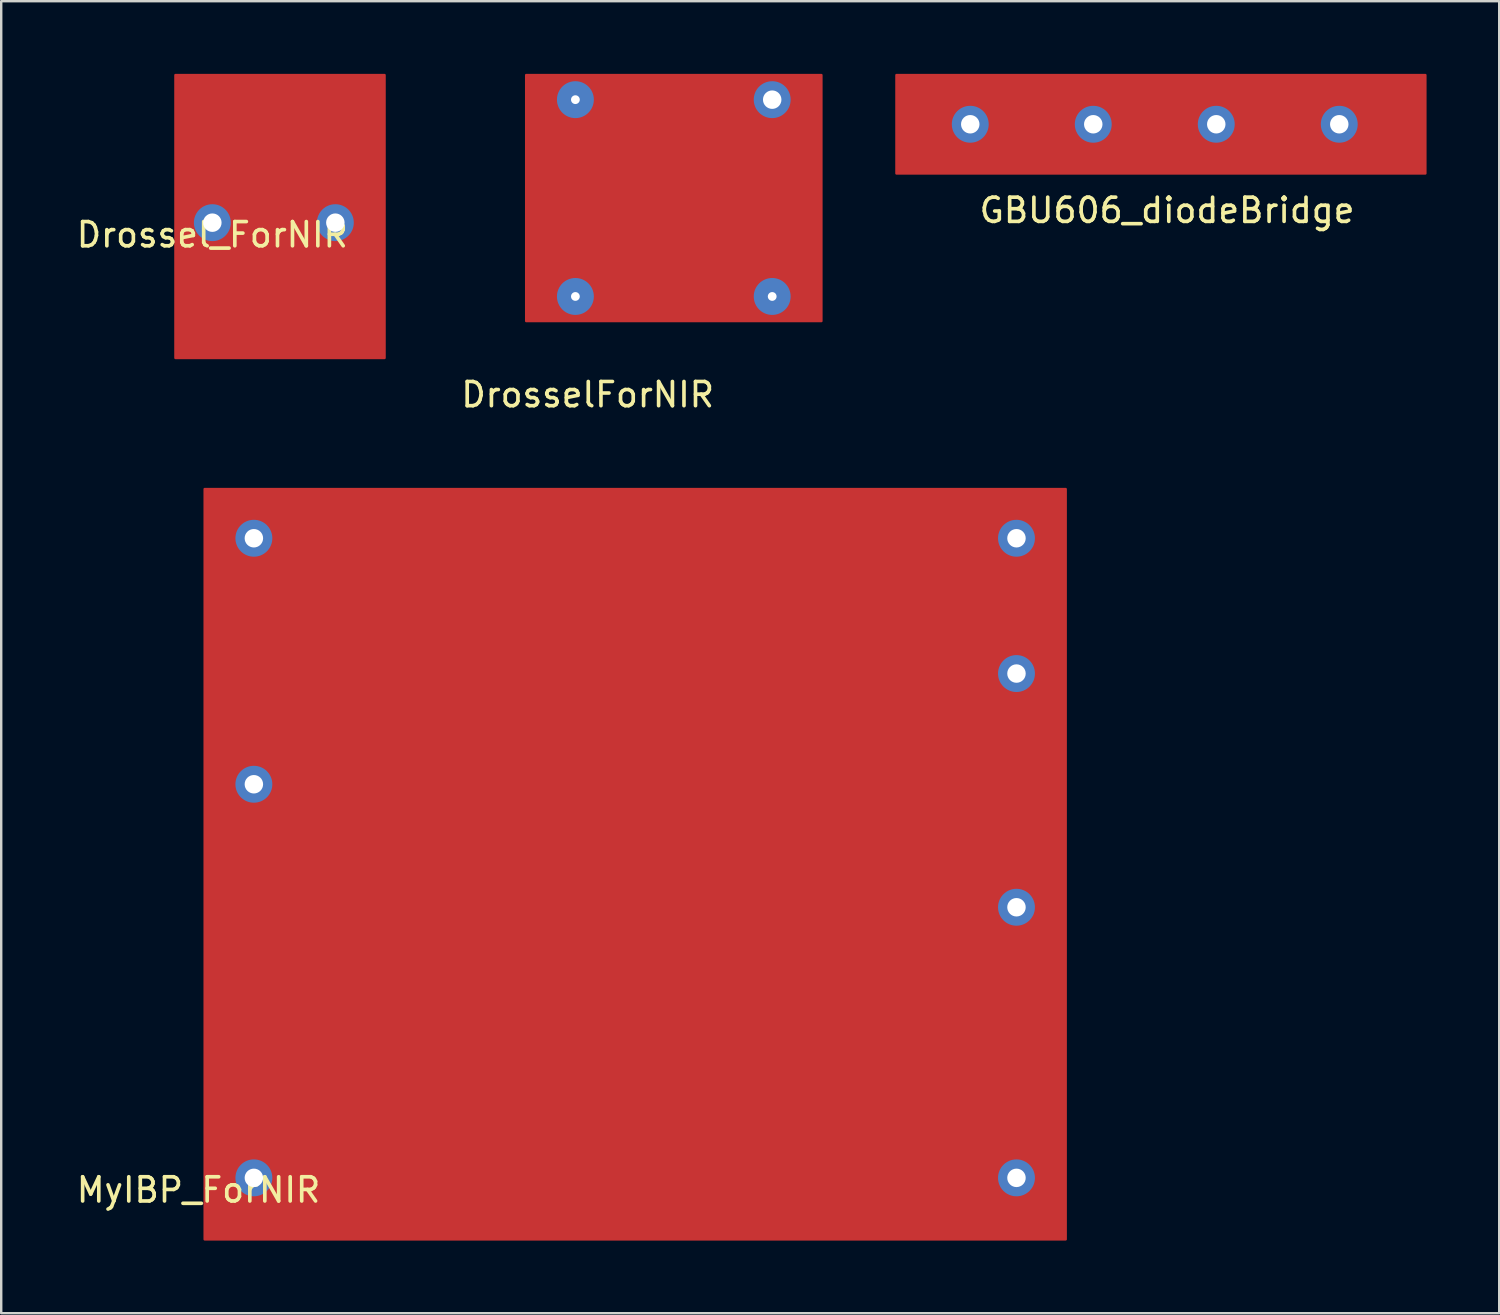
<source format=kicad_pcb>
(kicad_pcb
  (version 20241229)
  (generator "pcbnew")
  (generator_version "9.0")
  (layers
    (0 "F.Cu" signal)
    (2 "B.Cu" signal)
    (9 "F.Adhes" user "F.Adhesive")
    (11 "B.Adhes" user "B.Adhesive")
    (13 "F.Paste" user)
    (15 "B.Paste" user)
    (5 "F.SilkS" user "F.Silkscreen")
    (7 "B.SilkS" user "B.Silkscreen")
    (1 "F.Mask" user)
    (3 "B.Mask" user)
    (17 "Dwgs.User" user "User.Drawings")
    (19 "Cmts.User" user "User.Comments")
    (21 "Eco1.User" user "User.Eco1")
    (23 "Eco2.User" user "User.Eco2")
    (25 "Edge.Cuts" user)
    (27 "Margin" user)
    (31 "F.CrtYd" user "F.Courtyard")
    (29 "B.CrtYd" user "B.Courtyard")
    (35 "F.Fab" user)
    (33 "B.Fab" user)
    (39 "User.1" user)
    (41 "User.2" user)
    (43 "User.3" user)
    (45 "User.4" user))
  (footprint "MyIBP_ForNIR"
    (layer "F.Cu")
    (at 5.149 45.596)
    (property "Reference" "MyIBP_ForNIR" (at 0 0.5 0) (layer "F.SilkS") (effects (font (size 1 1) (thickness 0.15))))
    (attr through_hole)
    (fp_poly (pts (xy 35.814 2.54) (xy 0.254 2.54) (xy 0.254 -28.448) (xy 35.814 -28.448)) (stroke (width 0.1) (type solid)) (fill yes) (layer "F.Cu"))
    (fp_text user "U_out" (at 4.826 -10.16 270) (layer "F.Cu") (effects (font (size 1.5 1.5) (thickness 0.3))))
    (fp_text user "U_in_pwr" (at 31.242 -5.588 90) (layer "F.Cu") (effects (font (size 1.5 1.5) (thickness 0.3))))
    (fp_text user "U_pit" (at 31.242 -23.876 90) (layer "F.Cu") (effects (font (size 1.5 1.5) (thickness 0.3))))
    (pad "1" thru_hole circle (at 2.286 0) (size 1.524 1.524) (drill 0.762) (layers "*.Cu" "*.Mask"))
    (pad "2" thru_hole circle (at 2.286 -16.256) (size 1.524 1.524) (drill 0.762) (layers "*.Cu" "*.Mask"))
    (pad "3" thru_hole circle (at 2.286 -26.416) (size 1.524 1.524) (drill 0.762) (layers "*.Cu" "*.Mask"))
    (pad "4" thru_hole circle (at 33.782 0) (size 1.524 1.524) (drill 0.762) (layers "*.Cu" "*.Mask"))
    (pad "5" thru_hole circle (at 33.782 -11.176) (size 1.524 1.524) (drill 0.762) (layers "*.Cu" "*.Mask"))
    (pad "6" thru_hole circle (at 33.782 -20.828) (size 1.524 1.524) (drill 0.762) (layers "*.Cu" "*.Mask"))
    (pad "7" thru_hole circle (at 33.782 -26.416) (size 1.524 1.524) (drill 0.762) (layers "*.Cu" "*.Mask")))
  (footprint "GBU606_diodeBridge"
    (layer "F.Cu")
    (at 35.498 3.606)
    (property "Reference" "GBU606_diodeBridge" (at 9.652 2.032 0) (layer "F.SilkS") (effects (font (size 1 1) (thickness 0.15))))
    (attr through_hole)
    (fp_poly (pts (xy 20.32 0.508) (xy -1.524 0.508) (xy -1.524 -3.556) (xy 20.32 -3.556)) (stroke (width 0.1) (type solid)) (fill yes) (layer "F.Cu"))
    (pad "1" thru_hole circle (at 1.524 -1.524) (size 1.524 1.524) (drill 0.762) (layers "*.Cu" "*.Mask"))
    (pad "2" thru_hole circle (at 6.604 -1.524) (size 1.524 1.524) (drill 0.762) (layers "*.Cu" "*.Mask"))
    (pad "3" thru_hole circle (at 11.684 -1.524) (size 1.524 1.524) (drill 0.762) (layers "*.Cu" "*.Mask"))
    (pad "4" thru_hole circle (at 16.764 -1.524) (size 1.524 1.524) (drill 0.762) (layers "*.Cu" "*.Mask")))
  (footprint "DrosselForNIR"
    (layer "F.Cu")
    (at 20.714 9.194)
    (property "Reference" "DrosselForNIR" (at 0.508 4.056 180) (layer "F.SilkS") (effects (font (size 1 1) (thickness 0.15))))
    (attr through_hole)
    (fp_poly (pts (xy 10.16 -9.144) (xy 10.16 1.016) (xy -2.032 1.016) (xy -2.032 -9.144)) (stroke (width 0.1) (type solid)) (fill yes) (layer "F.Cu"))
    (pad "1" thru_hole circle (at 0 0) (size 1.524 1.524) (drill 0.362) (layers "*.Cu" "*.Mask"))
    (pad "2" thru_hole circle (at 8.128 -8.128) (size 1.524 1.524) (drill 0.762) (layers "*.Cu" "*.Mask"))
    (pad "3" thru_hole circle (at 0 -8.128) (size 1.524 1.524) (drill 0.362) (layers "*.Cu" "*.Mask"))
    (pad "4" thru_hole circle (at 8.128 0) (size 1.524 1.524) (drill 0.362) (layers "*.Cu" "*.Mask")))
  (footprint "Drossel_ForNIR"
    (layer "F.Cu")
    (at 5.72 6.146)
    (property "Reference" "Drossel_ForNIR" (at 0 0.5 0) (layer "F.SilkS") (effects (font (size 1 1) (thickness 0.15))))
    (attr through_hole)
    (fp_poly (pts (xy 7.112 5.588) (xy -1.524 5.588) (xy -1.524 -6.096) (xy 7.112 -6.096)) (stroke (width 0.1) (type solid)) (fill yes) (layer "F.Cu"))
    (pad "1" thru_hole circle (at 0 0) (size 1.524 1.524) (drill 0.762) (layers "*.Cu" "*.Mask"))
    (pad "2" thru_hole circle (at 5.08 0) (size 1.524 1.524) (drill 0.762) (layers "*.Cu" "*.Mask")))
  (gr_rect
    (start -3 -3)
    (end 58.868 51.186)
    (stroke (width 0.1) (type default))
    (fill no)
    (layer "Edge.Cuts")))
</source>
